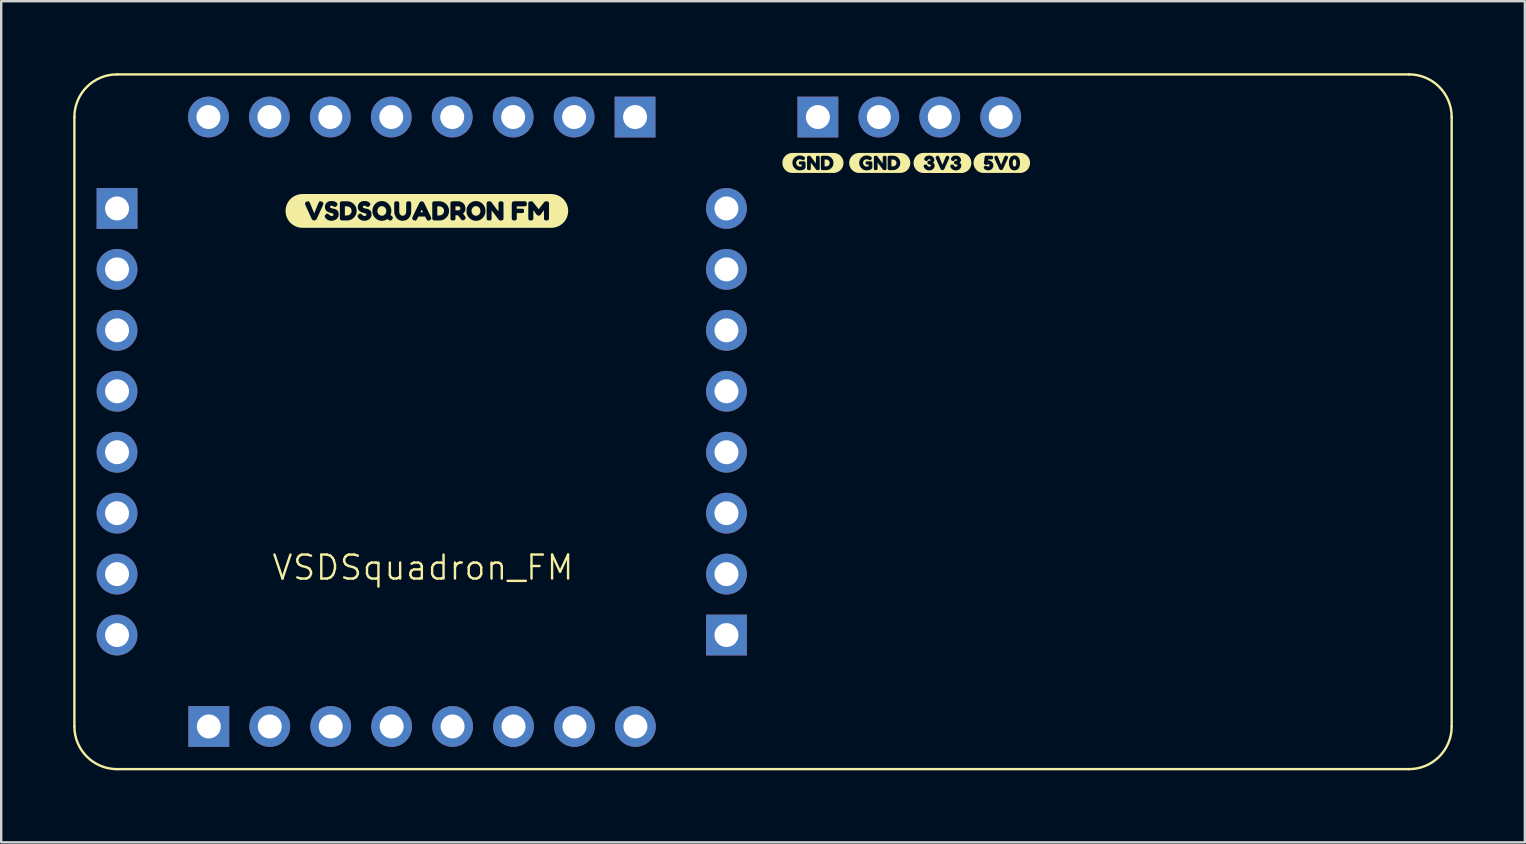
<source format=kicad_pcb>
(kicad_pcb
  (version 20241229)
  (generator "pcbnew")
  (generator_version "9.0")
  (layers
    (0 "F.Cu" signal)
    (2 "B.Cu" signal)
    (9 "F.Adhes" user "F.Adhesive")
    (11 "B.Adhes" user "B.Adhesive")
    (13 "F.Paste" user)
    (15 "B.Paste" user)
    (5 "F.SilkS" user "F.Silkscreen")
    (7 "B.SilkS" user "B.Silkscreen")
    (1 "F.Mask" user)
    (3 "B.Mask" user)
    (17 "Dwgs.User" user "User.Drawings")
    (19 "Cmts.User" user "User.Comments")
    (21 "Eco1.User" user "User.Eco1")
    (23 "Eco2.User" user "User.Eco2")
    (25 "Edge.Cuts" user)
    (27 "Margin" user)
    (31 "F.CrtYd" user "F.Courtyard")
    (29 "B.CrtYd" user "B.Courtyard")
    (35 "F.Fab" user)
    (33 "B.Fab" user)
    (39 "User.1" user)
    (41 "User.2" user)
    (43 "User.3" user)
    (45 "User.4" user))
  (footprint "VSDSquadron_FM"
    (layer "F.Cu")
    (at 14.579 14.51)
    (property "Reference" "VSDSquadron_FM" (at 0 6.096 0) (unlocked yes) (layer "F.SilkS") (effects (font (size 1 1) (thickness 0.1))))
    (attr smd)
    (fp_line (start -14.529 12.718) (end -14.529 -12.682) (stroke (width 0.1) (type solid)) (layer "F.SilkS"))
    (fp_line (start -12.751 -14.46) (end 41.097 -14.46) (stroke (width 0.1) (type solid)) (layer "F.SilkS"))
    (fp_line (start 41.097 14.496) (end -12.751 14.496) (stroke (width 0.1) (type solid)) (layer "F.SilkS"))
    (fp_line (start 42.875 -12.682) (end 42.875 12.718) (stroke (width 0.1) (type solid)) (layer "F.SilkS"))
    (fp_arc (start -14.528764 -12.681764) (mid -14.008 -13.939) (end -12.750764 -14.459764) (stroke (width 0.1) (type solid)) (layer "F.SilkS"))
    (fp_arc (start -12.750764 14.496236) (mid -14.008 13.975472) (end -14.528764 12.718236) (stroke (width 0.1) (type solid)) (layer "F.SilkS"))
    (fp_arc (start 41.097236 -14.459764) (mid 42.354447 -13.938975) (end 42.875236 -12.681764) (stroke (width 0.1) (type solid)) (layer "F.SilkS"))
    (fp_arc (start 42.875236 12.718236) (mid 42.354461 13.975461) (end 41.097236 14.496236) (stroke (width 0.1) (type solid)) (layer "F.SilkS"))
    (fp_poly (pts (xy -0.053 -8.825) (xy -0.106 -8.714) (xy 0.001 -8.714) (xy -0.053 -8.825)) (stroke (width 0) (type solid)) (fill yes) (layer "F.SilkS"))
    (fp_poly (pts (xy 1.354 -8.794) (xy 1.48 -8.794) (xy 1.535 -8.815) (xy 1.561 -8.878) (xy 1.537 -8.937) (xy 1.478 -8.961) (xy 1.354 -8.961) (xy 1.354 -8.794)) (stroke (width 0) (type solid)) (fill yes) (layer "F.SilkS"))
    (fp_poly (pts (xy -3.255 -8.58) (xy -3.162 -8.58) (xy -3.09 -8.594) (xy -3.028 -8.636) (xy -2.986 -8.697) (xy -2.972 -8.77) (xy -2.986 -8.843) (xy -3.028 -8.905) (xy -3.09 -8.947) (xy -3.163 -8.961) (xy -3.255 -8.961) (xy -3.255 -8.58)) (stroke (width 0) (type solid)) (fill yes) (layer "F.SilkS"))
    (fp_poly (pts (xy 0.596 -8.58) (xy 0.689 -8.58) (xy 0.761 -8.594) (xy 0.823 -8.636) (xy 0.865 -8.697) (xy 0.879 -8.77) (xy 0.865 -8.843) (xy 0.823 -8.905) (xy 0.761 -8.947) (xy 0.688 -8.961) (xy 0.596 -8.961) (xy 0.596 -8.58)) (stroke (width 0) (type solid)) (fill yes) (layer "F.SilkS"))
    (fp_poly (pts (xy 16.74 -10.626) (xy 16.81 -10.626) (xy 16.864 -10.636) (xy 16.91 -10.667) (xy 16.942 -10.713) (xy 16.952 -10.768) (xy 16.942 -10.823) (xy 16.91 -10.869) (xy 16.864 -10.901) (xy 16.809 -10.911) (xy 16.74 -10.911) (xy 16.74 -10.626)) (stroke (width 0) (type solid)) (fill yes) (layer "F.SilkS"))
    (fp_poly (pts (xy 19.524 -10.626) (xy 19.594 -10.626) (xy 19.648 -10.636) (xy 19.694 -10.667) (xy 19.726 -10.713) (xy 19.736 -10.768) (xy 19.726 -10.823) (xy 19.694 -10.869) (xy 19.648 -10.901) (xy 19.593 -10.911) (xy 19.524 -10.911) (xy 19.524 -10.626)) (stroke (width 0) (type solid)) (fill yes) (layer "F.SilkS"))
    (fp_poly (pts (xy -1.714 -8.566) (xy -1.642 -8.581) (xy -1.581 -8.624) (xy -1.54 -8.689) (xy -1.527 -8.768) (xy -1.54 -8.846) (xy -1.582 -8.911) (xy -1.642 -8.956) (xy -1.713 -8.97) (xy -1.785 -8.956) (xy -1.846 -8.911) (xy -1.887 -8.846) (xy -1.901 -8.768) (xy -1.887 -8.69) (xy -1.846 -8.625) (xy -1.786 -8.581) (xy -1.714 -8.566)) (stroke (width 0) (type solid)) (fill yes) (layer "F.SilkS"))
    (fp_poly (pts (xy 2.208 -8.566) (xy 2.281 -8.581) (xy 2.341 -8.624) (xy 2.382 -8.689) (xy 2.395 -8.768) (xy 2.382 -8.846) (xy 2.341 -8.911) (xy 2.28 -8.956) (xy 2.209 -8.97) (xy 2.137 -8.956) (xy 2.076 -8.911) (xy 2.035 -8.846) (xy 2.021 -8.768) (xy 2.035 -8.691) (xy 2.077 -8.626) (xy 2.137 -8.581) (xy 2.208 -8.566)) (stroke (width 0) (type solid)) (fill yes) (layer "F.SilkS"))
    (fp_poly (pts (xy 24.652 -10.617) (xy 24.688 -10.629) (xy 24.71 -10.655) (xy 24.721 -10.694) (xy 24.726 -10.731) (xy 24.726 -10.766) (xy 24.726 -10.77) (xy 24.722 -10.837) (xy 24.708 -10.885) (xy 24.685 -10.913) (xy 24.653 -10.923) (xy 24.621 -10.913) (xy 24.598 -10.884) (xy 24.584 -10.836) (xy 24.579 -10.769) (xy 24.584 -10.703) (xy 24.598 -10.655) (xy 24.62 -10.627) (xy 24.652 -10.617)) (stroke (width 0) (type solid)) (fill yes) (layer "F.SilkS"))
    (fp_poly (pts (xy 23.367 -11.191) (xy 23.366 -11.191) (xy 23.325 -11.189) (xy 23.285 -11.183) (xy 23.245 -11.173) (xy 23.206 -11.159) (xy 23.169 -11.141) (xy 23.133 -11.12) (xy 23.1 -11.095) (xy 23.07 -11.068) (xy 23.042 -11.037) (xy 23.018 -11.004) (xy 22.997 -10.969) (xy 22.979 -10.932) (xy 22.965 -10.893) (xy 22.955 -10.853) (xy 22.949 -10.812) (xy 22.947 -10.771) (xy 22.949 -10.73) (xy 22.955 -10.69) (xy 22.965 -10.65) (xy 22.979 -10.611) (xy 22.997 -10.574) (xy 23.018 -10.538) (xy 23.042 -10.505) (xy 23.07 -10.475) (xy 23.1 -10.447) (xy 23.133 -10.423) (xy 23.169 -10.402) (xy 23.206 -10.384) (xy 23.245 -10.37) (xy 23.285 -10.36) (xy 23.325 -10.354) (xy 23.366 -10.352) (xy 23.367 -10.352) (xy 23.565 -10.352) (xy 23.565 -10.459) (xy 23.518 -10.463) (xy 23.476 -10.474) (xy 23.417 -10.504) (xy 23.399 -10.519) (xy 23.367 -10.572) (xy 23.398 -10.63) (xy 23.451 -10.659) (xy 23.51 -10.631) (xy 23.56 -10.617) (xy 23.601 -10.63) (xy 23.615 -10.666) (xy 23.6 -10.702) (xy 23.562 -10.716) (xy 23.529 -10.704) (xy 23.481 -10.683) (xy 23.425 -10.701) (xy 23.387 -10.726) (xy 23.376 -10.751) (xy 23.408 -10.995) (xy 23.412 -11.019) (xy 23.422 -11.043) (xy 23.446 -11.065) (xy 23.487 -11.073) (xy 23.683 -11.072) (xy 23.713 -11.071) (xy 23.736 -11.062) (xy 23.755 -11.038) (xy 23.761 -10.992) (xy 23.756 -10.949) (xy 23.737 -10.926) (xy 23.715 -10.918) (xy 23.688 -10.917) (xy 23.555 -10.917) (xy 23.549 -10.871) (xy 23.564 -10.873) (xy 23.568 -10.873) (xy 23.62 -10.866) (xy 23.668 -10.846) (xy 23.712 -10.813) (xy 23.746 -10.77) (xy 23.767 -10.723) (xy 23.773 -10.672) (xy 23.767 -10.615) (xy 23.747 -10.565) (xy 23.713 -10.521) (xy 23.67 -10.487) (xy 23.621 -10.466) (xy 23.565 -10.459) (xy 23.565 -10.352) (xy 24.1 -10.352) (xy 24.1 -10.471) (xy 24.051 -10.482) (xy 24.022 -10.514) (xy 23.819 -10.961) (xy 23.81 -11.021) (xy 23.858 -11.062) (xy 23.923 -11.075) (xy 23.962 -11.026) (xy 24.098 -10.692) (xy 24.233 -11.026) (xy 24.274 -11.074) (xy 24.337 -11.062) (xy 24.387 -11.021) (xy 24.377 -10.961) (xy 24.173 -10.514) (xy 24.144 -10.483) (xy 24.1 -10.471) (xy 24.1 -10.352) (xy 24.656 -10.352) (xy 24.656 -10.459) (xy 24.61 -10.463) (xy 24.569 -10.474) (xy 24.534 -10.491) (xy 24.506 -10.515) (xy 24.464 -10.571) (xy 24.449 -10.604) (xy 24.438 -10.639) (xy 24.426 -10.707) (xy 24.422 -10.77) (xy 24.423 -10.806) (xy 24.427 -10.842) (xy 24.434 -10.88) (xy 24.446 -10.923) (xy 24.463 -10.965) (xy 24.485 -11.001) (xy 24.514 -11.032) (xy 24.553 -11.057) (xy 24.6 -11.074) (xy 24.654 -11.08) (xy 24.707 -11.074) (xy 24.753 -11.058) (xy 24.791 -11.033) (xy 24.82 -11.002) (xy 24.842 -10.966) (xy 24.859 -10.925) (xy 24.871 -10.883) (xy 24.879 -10.844) (xy 24.882 -10.807) (xy 24.883 -10.769) (xy 24.882 -10.731) (xy 24.878 -10.692) (xy 24.87 -10.653) (xy 24.858 -10.611) (xy 24.841 -10.57) (xy 24.819 -10.535) (xy 24.79 -10.505) (xy 24.753 -10.481) (xy 24.707 -10.465) (xy 24.656 -10.459) (xy 24.656 -10.352) (xy 24.883 -10.352) (xy 24.883 -10.352) (xy 24.924 -10.354) (xy 24.965 -10.36) (xy 25.005 -10.37) (xy 25.044 -10.384) (xy 25.081 -10.402) (xy 25.116 -10.423) (xy 25.149 -10.447) (xy 25.18 -10.475) (xy 25.207 -10.505) (xy 25.232 -10.538) (xy 25.253 -10.574) (xy 25.271 -10.611) (xy 25.285 -10.65) (xy 25.295 -10.69) (xy 25.301 -10.73) (xy 25.303 -10.771) (xy 25.301 -10.812) (xy 25.295 -10.853) (xy 25.285 -10.893) (xy 25.271 -10.932) (xy 25.253 -10.969) (xy 25.232 -11.004) (xy 25.207 -11.037) (xy 25.18 -11.068) (xy 25.149 -11.095) (xy 25.116 -11.12) (xy 25.081 -11.141) (xy 25.044 -11.159) (xy 25.005 -11.173) (xy 24.965 -11.183) (xy 24.924 -11.189) (xy 24.883 -11.191) (xy 24.883 -11.191) (xy 23.367 -11.191)) (stroke (width 0) (type solid)) (fill yes) (layer "F.SilkS"))
    (fp_poly (pts (xy 15.397 -11.186) (xy 15.397 -11.186) (xy 15.356 -11.184) (xy 15.315 -11.178) (xy 15.276 -11.168) (xy 15.237 -11.154) (xy 15.2 -11.137) (xy 15.165 -11.116) (xy 15.132 -11.091) (xy 15.102 -11.064) (xy 15.074 -11.034) (xy 15.05 -11.001) (xy 15.029 -10.966) (xy 15.011 -10.929) (xy 14.997 -10.89) (xy 14.988 -10.85) (xy 14.982 -10.81) (xy 14.98 -10.769) (xy 14.982 -10.728) (xy 14.988 -10.688) (xy 14.997 -10.648) (xy 15.011 -10.609) (xy 15.029 -10.572) (xy 15.05 -10.537) (xy 15.074 -10.504) (xy 15.102 -10.474) (xy 15.132 -10.447) (xy 15.165 -10.422) (xy 15.2 -10.401) (xy 15.237 -10.384) (xy 15.276 -10.37) (xy 15.315 -10.36) (xy 15.356 -10.354) (xy 15.397 -10.352) (xy 15.397 -10.352) (xy 15.699 -10.352) (xy 15.699 -10.459) (xy 15.639 -10.465) (xy 15.584 -10.483) (xy 15.533 -10.512) (xy 15.486 -10.553) (xy 15.447 -10.602) (xy 15.419 -10.655) (xy 15.402 -10.714) (xy 15.397 -10.777) (xy 15.402 -10.837) (xy 15.419 -10.892) (xy 15.448 -10.943) (xy 15.487 -10.99) (xy 15.535 -11.029) (xy 15.587 -11.057) (xy 15.644 -11.073) (xy 15.705 -11.079) (xy 15.749 -11.076) (xy 15.797 -11.066) (xy 15.842 -11.052) (xy 15.879 -11.032) (xy 15.903 -11.014) (xy 15.919 -10.996) (xy 15.927 -10.972) (xy 15.907 -10.924) (xy 15.876 -10.889) (xy 15.844 -10.878) (xy 15.798 -10.898) (xy 15.754 -10.916) (xy 15.701 -10.922) (xy 15.644 -10.911) (xy 15.597 -10.879) (xy 15.565 -10.832) (xy 15.554 -10.775) (xy 15.565 -10.716) (xy 15.598 -10.665) (xy 15.647 -10.63) (xy 15.702 -10.618) (xy 15.752 -10.621) (xy 15.788 -10.629) (xy 15.788 -10.703) (xy 15.725 -10.703) (xy 15.701 -10.704) (xy 15.683 -10.711) (xy 15.669 -10.731) (xy 15.665 -10.77) (xy 15.669 -10.808) (xy 15.685 -10.828) (xy 15.704 -10.835) (xy 15.727 -10.836) (xy 15.877 -10.836) (xy 15.91 -10.83) (xy 15.931 -10.819) (xy 15.941 -10.802) (xy 15.945 -10.783) (xy 15.945 -10.761) (xy 15.945 -10.585) (xy 15.925 -10.536) (xy 15.9 -10.512) (xy 15.869 -10.493) (xy 15.821 -10.474) (xy 15.765 -10.463) (xy 15.699 -10.459) (xy 15.699 -10.352) (xy 16.085 -10.352) (xy 16.085 -10.468) (xy 16.041 -10.474) (xy 16.018 -10.493) (xy 16.01 -10.517) (xy 16.008 -10.547) (xy 16.008 -10.992) (xy 16.01 -11.021) (xy 16.018 -11.044) (xy 16.042 -11.062) (xy 16.087 -11.068) (xy 16.126 -11.063) (xy 16.148 -11.052) (xy 16.163 -11.034) (xy 16.378 -10.746) (xy 16.378 -10.992) (xy 16.38 -11.021) (xy 16.388 -11.043) (xy 16.412 -11.062) (xy 16.457 -11.068) (xy 16.501 -11.062) (xy 16.526 -11.042) (xy 16.534 -11.018) (xy 16.535 -10.989) (xy 16.535 -10.546) (xy 16.534 -10.516) (xy 16.526 -10.493) (xy 16.501 -10.474) (xy 16.456 -10.468) (xy 16.412 -10.472) (xy 16.386 -10.491) (xy 16.164 -10.784) (xy 16.164 -10.546) (xy 16.163 -10.516) (xy 16.155 -10.493) (xy 16.131 -10.474) (xy 16.085 -10.468) (xy 16.085 -10.352) (xy 16.661 -10.352) (xy 16.661 -10.469) (xy 16.618 -10.475) (xy 16.594 -10.493) (xy 16.585 -10.517) (xy 16.583 -10.548) (xy 16.583 -10.991) (xy 16.584 -11.02) (xy 16.592 -11.044) (xy 16.617 -11.063) (xy 16.662 -11.069) (xy 16.81 -11.069) (xy 16.869 -11.063) (xy 16.924 -11.047) (xy 16.974 -11.019) (xy 17.021 -10.981) (xy 17.059 -10.935) (xy 17.087 -10.885) (xy 17.104 -10.83) (xy 17.109 -10.772) (xy 17.104 -10.711) (xy 17.087 -10.655) (xy 17.059 -10.604) (xy 17.021 -10.557) (xy 16.974 -10.519) (xy 16.923 -10.491) (xy 16.867 -10.474) (xy 16.807 -10.469) (xy 16.661 -10.469) (xy 16.661 -10.352) (xy 17.109 -10.352) (xy 17.109 -10.352) (xy 17.15 -10.354) (xy 17.191 -10.36) (xy 17.23 -10.37) (xy 17.269 -10.384) (xy 17.306 -10.401) (xy 17.341 -10.422) (xy 17.374 -10.447) (xy 17.404 -10.474) (xy 17.432 -10.504) (xy 17.456 -10.537) (xy 17.477 -10.572) (xy 17.495 -10.609) (xy 17.508 -10.648) (xy 17.518 -10.688) (xy 17.524 -10.728) (xy 17.526 -10.769) (xy 17.524 -10.81) (xy 17.518 -10.85) (xy 17.508 -10.89) (xy 17.495 -10.929) (xy 17.477 -10.966) (xy 17.456 -11.001) (xy 17.432 -11.034) (xy 17.404 -11.064) (xy 17.374 -11.091) (xy 17.341 -11.116) (xy 17.306 -11.137) (xy 17.269 -11.154) (xy 17.23 -11.168) (xy 17.191 -11.178) (xy 17.15 -11.184) (xy 17.109 -11.186) (xy 17.109 -11.186) (xy 15.397 -11.186)) (stroke (width 0) (type solid)) (fill yes) (layer "F.SilkS"))
    (fp_poly (pts (xy 18.181 -11.186) (xy 18.181 -11.186) (xy 18.14 -11.184) (xy 18.099 -11.178) (xy 18.06 -11.168) (xy 18.021 -11.154) (xy 17.984 -11.137) (xy 17.949 -11.116) (xy 17.916 -11.091) (xy 17.886 -11.064) (xy 17.858 -11.034) (xy 17.834 -11.001) (xy 17.813 -10.966) (xy 17.795 -10.929) (xy 17.782 -10.89) (xy 17.772 -10.85) (xy 17.766 -10.81) (xy 17.764 -10.769) (xy 17.766 -10.728) (xy 17.772 -10.688) (xy 17.782 -10.648) (xy 17.795 -10.609) (xy 17.813 -10.572) (xy 17.834 -10.537) (xy 17.858 -10.504) (xy 17.886 -10.474) (xy 17.916 -10.447) (xy 17.949 -10.422) (xy 17.984 -10.401) (xy 18.021 -10.384) (xy 18.06 -10.37) (xy 18.099 -10.36) (xy 18.14 -10.354) (xy 18.181 -10.352) (xy 18.181 -10.352) (xy 18.483 -10.352) (xy 18.483 -10.459) (xy 18.423 -10.465) (xy 18.368 -10.483) (xy 18.317 -10.512) (xy 18.27 -10.553) (xy 18.231 -10.602) (xy 18.203 -10.655) (xy 18.186 -10.714) (xy 18.181 -10.777) (xy 18.187 -10.837) (xy 18.204 -10.892) (xy 18.232 -10.943) (xy 18.271 -10.99) (xy 18.319 -11.029) (xy 18.371 -11.057) (xy 18.428 -11.073) (xy 18.489 -11.079) (xy 18.534 -11.076) (xy 18.581 -11.066) (xy 18.626 -11.052) (xy 18.663 -11.032) (xy 18.687 -11.014) (xy 18.703 -10.996) (xy 18.711 -10.972) (xy 18.692 -10.924) (xy 18.66 -10.889) (xy 18.628 -10.878) (xy 18.582 -10.898) (xy 18.538 -10.916) (xy 18.485 -10.922) (xy 18.428 -10.911) (xy 18.381 -10.879) (xy 18.349 -10.832) (xy 18.338 -10.775) (xy 18.349 -10.716) (xy 18.383 -10.665) (xy 18.431 -10.63) (xy 18.486 -10.618) (xy 18.536 -10.621) (xy 18.572 -10.629) (xy 18.572 -10.703) (xy 18.509 -10.703) (xy 18.486 -10.704) (xy 18.468 -10.711) (xy 18.453 -10.731) (xy 18.449 -10.77) (xy 18.453 -10.808) (xy 18.469 -10.828) (xy 18.488 -10.835) (xy 18.511 -10.836) (xy 18.662 -10.836) (xy 18.695 -10.83) (xy 18.715 -10.819) (xy 18.725 -10.802) (xy 18.729 -10.783) (xy 18.729 -10.761) (xy 18.729 -10.585) (xy 18.709 -10.536) (xy 18.685 -10.512) (xy 18.653 -10.493) (xy 18.605 -10.474) (xy 18.549 -10.463) (xy 18.483 -10.459) (xy 18.483 -10.352) (xy 18.869 -10.352) (xy 18.869 -10.468) (xy 18.825 -10.474) (xy 18.802 -10.493) (xy 18.794 -10.517) (xy 18.792 -10.547) (xy 18.792 -10.992) (xy 18.794 -11.021) (xy 18.802 -11.044) (xy 18.826 -11.062) (xy 18.871 -11.068) (xy 18.91 -11.063) (xy 18.932 -11.052) (xy 18.947 -11.034) (xy 19.162 -10.746) (xy 19.162 -10.992) (xy 19.164 -11.021) (xy 19.172 -11.043) (xy 19.196 -11.062) (xy 19.241 -11.068) (xy 19.286 -11.062) (xy 19.31 -11.042) (xy 19.318 -11.018) (xy 19.319 -10.989) (xy 19.319 -10.546) (xy 19.318 -10.516) (xy 19.31 -10.493) (xy 19.286 -10.474) (xy 19.24 -10.468) (xy 19.196 -10.472) (xy 19.171 -10.491) (xy 18.948 -10.784) (xy 18.948 -10.546) (xy 18.947 -10.516) (xy 18.939 -10.493) (xy 18.915 -10.474) (xy 18.869 -10.468) (xy 18.869 -10.352) (xy 19.445 -10.352) (xy 19.445 -10.469) (xy 19.402 -10.475) (xy 19.378 -10.493) (xy 19.369 -10.517) (xy 19.367 -10.548) (xy 19.367 -10.991) (xy 19.368 -11.02) (xy 19.377 -11.044) (xy 19.401 -11.063) (xy 19.446 -11.069) (xy 19.594 -11.069) (xy 19.653 -11.063) (xy 19.708 -11.047) (xy 19.759 -11.019) (xy 19.805 -10.981) (xy 19.844 -10.935) (xy 19.871 -10.885) (xy 19.888 -10.83) (xy 19.893 -10.772) (xy 19.888 -10.711) (xy 19.871 -10.655) (xy 19.844 -10.604) (xy 19.805 -10.557) (xy 19.758 -10.519) (xy 19.707 -10.491) (xy 19.652 -10.474) (xy 19.591 -10.469) (xy 19.445 -10.469) (xy 19.445 -10.352) (xy 19.893 -10.352) (xy 19.893 -10.352) (xy 19.934 -10.354) (xy 19.975 -10.36) (xy 20.014 -10.37) (xy 20.053 -10.384) (xy 20.09 -10.401) (xy 20.125 -10.422) (xy 20.158 -10.447) (xy 20.188 -10.474) (xy 20.216 -10.504) (xy 20.24 -10.537) (xy 20.261 -10.572) (xy 20.279 -10.609) (xy 20.293 -10.648) (xy 20.303 -10.688) (xy 20.309 -10.728) (xy 20.311 -10.769) (xy 20.309 -10.81) (xy 20.303 -10.85) (xy 20.293 -10.89) (xy 20.279 -10.929) (xy 20.261 -10.966) (xy 20.24 -11.001) (xy 20.216 -11.034) (xy 20.188 -11.064) (xy 20.158 -11.091) (xy 20.125 -11.116) (xy 20.09 -11.137) (xy 20.053 -11.154) (xy 20.014 -11.168) (xy 19.975 -11.178) (xy 19.934 -11.184) (xy 19.893 -11.186) (xy 19.893 -11.186) (xy 18.181 -11.186)) (stroke (width 0) (type solid)) (fill yes) (layer "F.SilkS"))
    (fp_poly (pts (xy 20.866 -11.188) (xy 20.866 -11.188) (xy 20.825 -11.186) (xy 20.784 -11.18) (xy 20.744 -11.17) (xy 20.706 -11.156) (xy 20.669 -11.138) (xy 20.633 -11.117) (xy 20.6 -11.093) (xy 20.57 -11.065) (xy 20.542 -11.035) (xy 20.518 -11.002) (xy 20.497 -10.966) (xy 20.479 -10.929) (xy 20.465 -10.891) (xy 20.455 -10.851) (xy 20.449 -10.81) (xy 20.447 -10.769) (xy 20.449 -10.728) (xy 20.455 -10.687) (xy 20.465 -10.647) (xy 20.479 -10.609) (xy 20.497 -10.572) (xy 20.518 -10.536) (xy 20.542 -10.503) (xy 20.57 -10.473) (xy 20.6 -10.445) (xy 20.633 -10.421) (xy 20.669 -10.4) (xy 20.706 -10.382) (xy 20.744 -10.368) (xy 20.784 -10.358) (xy 20.825 -10.352) (xy 20.866 -10.35) (xy 20.866 -10.35) (xy 21.095 -10.35) (xy 21.095 -10.457) (xy 21.037 -10.464) (xy 20.983 -10.483) (xy 20.935 -10.515) (xy 20.897 -10.556) (xy 20.874 -10.601) (xy 20.866 -10.65) (xy 20.888 -10.69) (xy 20.952 -10.704) (xy 20.999 -10.694) (xy 21.024 -10.654) (xy 21.026 -10.649) (xy 21.032 -10.639) (xy 21.045 -10.626) (xy 21.066 -10.616) (xy 21.096 -10.611) (xy 21.15 -10.624) (xy 21.17 -10.66) (xy 21.153 -10.697) (xy 21.104 -10.71) (xy 21.08 -10.71) (xy 21.06 -10.714) (xy 21.041 -10.724) (xy 21.031 -10.747) (xy 21.026 -10.784) (xy 21.031 -10.827) (xy 21.049 -10.85) (xy 21.071 -10.857) (xy 21.099 -10.858) (xy 21.105 -10.858) (xy 21.145 -10.864) (xy 21.157 -10.886) (xy 21.143 -10.915) (xy 21.104 -10.926) (xy 21.067 -10.917) (xy 21.042 -10.892) (xy 21.016 -10.856) (xy 20.98 -10.846) (xy 20.934 -10.862) (xy 20.891 -10.909) (xy 20.904 -10.968) (xy 20.905 -10.971) (xy 20.91 -10.981) (xy 20.918 -10.995) (xy 20.932 -11.012) (xy 20.951 -11.03) (xy 20.976 -11.048) (xy 21.008 -11.063) (xy 21.048 -11.073) (xy 21.095 -11.077) (xy 21.158 -11.071) (xy 21.211 -11.051) (xy 21.255 -11.019) (xy 21.288 -10.978) (xy 21.308 -10.935) (xy 21.315 -10.889) (xy 21.3 -10.826) (xy 21.256 -10.784) (xy 21.304 -10.737) (xy 21.321 -10.703) (xy 21.327 -10.662) (xy 21.32 -10.606) (xy 21.298 -10.557) (xy 21.261 -10.515) (xy 21.214 -10.483) (xy 21.158 -10.464) (xy 21.095 -10.457) (xy 21.095 -10.35) (xy 21.653 -10.35) (xy 21.653 -10.469) (xy 21.605 -10.479) (xy 21.576 -10.511) (xy 21.373 -10.959) (xy 21.364 -11.018) (xy 21.412 -11.059) (xy 21.476 -11.072) (xy 21.516 -11.023) (xy 21.651 -10.689) (xy 21.787 -11.023) (xy 21.827 -11.072) (xy 21.891 -11.059) (xy 21.94 -11.018) (xy 21.93 -10.959) (xy 21.727 -10.511) (xy 21.697 -10.48) (xy 21.653 -10.469) (xy 21.653 -10.35) (xy 22.205 -10.35) (xy 22.205 -10.457) (xy 22.146 -10.464) (xy 22.093 -10.483) (xy 22.045 -10.515) (xy 22.006 -10.556) (xy 21.984 -10.601) (xy 21.976 -10.65) (xy 21.997 -10.69) (xy 22.062 -10.704) (xy 22.109 -10.694) (xy 22.134 -10.654) (xy 22.136 -10.649) (xy 22.142 -10.639) (xy 22.155 -10.626) (xy 22.176 -10.616) (xy 22.206 -10.611) (xy 22.26 -10.624) (xy 22.28 -10.66) (xy 22.263 -10.697) (xy 22.214 -10.71) (xy 22.19 -10.71) (xy 22.17 -10.714) (xy 22.151 -10.724) (xy 22.141 -10.747) (xy 22.136 -10.784) (xy 22.141 -10.827) (xy 22.159 -10.85) (xy 22.181 -10.857) (xy 22.209 -10.858) (xy 22.215 -10.858) (xy 22.254 -10.864) (xy 22.267 -10.886) (xy 22.253 -10.915) (xy 22.214 -10.926) (xy 22.177 -10.917) (xy 22.152 -10.892) (xy 22.126 -10.856) (xy 22.09 -10.846) (xy 22.044 -10.862) (xy 22.001 -10.909) (xy 22.014 -10.968) (xy 22.015 -10.971) (xy 22.02 -10.981) (xy 22.028 -10.995) (xy 22.042 -11.012) (xy 22.061 -11.03) (xy 22.086 -11.048) (xy 22.118 -11.063) (xy 22.157 -11.073) (xy 22.205 -11.077) (xy 22.268 -11.071) (xy 22.321 -11.051) (xy 22.365 -11.019) (xy 22.398 -10.978) (xy 22.418 -10.935) (xy 22.425 -10.889) (xy 22.41 -10.826) (xy 22.366 -10.784) (xy 22.414 -10.737) (xy 22.431 -10.703) (xy 22.437 -10.662) (xy 22.43 -10.606) (xy 22.408 -10.557) (xy 22.371 -10.515) (xy 22.324 -10.483) (xy 22.268 -10.464) (xy 22.205 -10.457) (xy 22.205 -10.35) (xy 22.437 -10.35) (xy 22.437 -10.35) (xy 22.478 -10.352) (xy 22.519 -10.358) (xy 22.559 -10.368) (xy 22.597 -10.382) (xy 22.634 -10.4) (xy 22.67 -10.421) (xy 22.703 -10.445) (xy 22.733 -10.473) (xy 22.761 -10.503) (xy 22.785 -10.536) (xy 22.806 -10.572) (xy 22.824 -10.609) (xy 22.838 -10.647) (xy 22.848 -10.687) (xy 22.854 -10.728) (xy 22.856 -10.769) (xy 22.854 -10.81) (xy 22.848 -10.851) (xy 22.838 -10.891) (xy 22.824 -10.929) (xy 22.806 -10.966) (xy 22.785 -11.002) (xy 22.761 -11.035) (xy 22.733 -11.065) (xy 22.703 -11.093) (xy 22.67 -11.117) (xy 22.634 -11.138) (xy 22.597 -11.156) (xy 22.559 -11.17) (xy 22.519 -11.18) (xy 22.478 -11.186) (xy 22.437 -11.188) (xy 22.437 -11.188) (xy 20.866 -11.188)) (stroke (width 0) (type solid)) (fill yes) (layer "F.SilkS"))
    (fp_poly (pts (xy -4.928 -9.473) (xy -5.024 -9.473) (xy -5.092 -9.469) (xy -5.161 -9.459) (xy -5.228 -9.443) (xy -5.293 -9.419) (xy -5.355 -9.39) (xy -5.415 -9.354) (xy -5.47 -9.313) (xy -5.521 -9.267) (xy -5.568 -9.216) (xy -5.609 -9.16) (xy -5.644 -9.101) (xy -5.674 -9.038) (xy -5.697 -8.973) (xy -5.714 -8.906) (xy -5.724 -8.838) (xy -5.727 -8.769) (xy -5.724 -8.7) (xy -5.714 -8.632) (xy -5.697 -8.565) (xy -5.674 -8.5) (xy -5.644 -8.437) (xy -5.609 -8.378) (xy -5.568 -8.322) (xy -5.521 -8.271) (xy -5.47 -8.225) (xy -5.415 -8.184) (xy -5.355 -8.148) (xy -5.293 -8.119) (xy -5.228 -8.095) (xy -5.161 -8.079) (xy -5.092 -8.069) (xy -5.024 -8.065) (xy -4.928 -8.065) (xy -4.531 -8.065) (xy -4.531 -8.371) (xy -4.595 -8.385) (xy -4.634 -8.428) (xy -4.905 -9.024) (xy -4.917 -9.104) (xy -4.853 -9.158) (xy -4.767 -9.175) (xy -4.714 -9.11) (xy -4.533 -8.665) (xy -4.352 -9.11) (xy -4.299 -9.175) (xy -4.214 -9.158) (xy -4.148 -9.103) (xy -4.161 -9.024) (xy -4.433 -8.428) (xy -4.472 -8.386) (xy -4.531 -8.371) (xy -4.531 -8.065) (xy -3.807 -8.065) (xy -3.807 -8.358) (xy -3.871 -8.363) (xy -3.924 -8.376) (xy -3.968 -8.395) (xy -4.004 -8.416) (xy -4.031 -8.439) (xy -4.051 -8.459) (xy -4.064 -8.475) (xy -4.071 -8.483) (xy -4.1 -8.557) (xy -4.051 -8.631) (xy -4.004 -8.657) (xy -3.954 -8.649) (xy -3.903 -8.608) (xy -3.856 -8.566) (xy -3.811 -8.555) (xy -3.744 -8.572) (xy -3.723 -8.625) (xy -3.753 -8.66) (xy -3.843 -8.687) (xy -3.897 -8.702) (xy -3.94 -8.717) (xy -4.005 -8.754) (xy -4.05 -8.803) (xy -4.078 -8.865) (xy -4.087 -8.94) (xy -4.078 -9.006) (xy -4.053 -9.064) (xy -4.01 -9.114) (xy -3.955 -9.153) (xy -3.89 -9.176) (xy -3.817 -9.183) (xy -3.73 -9.176) (xy -3.658 -9.153) (xy -3.598 -9.115) (xy -3.557 -9.056) (xy -3.584 -8.985) (xy -3.652 -8.93) (xy -3.729 -8.951) (xy -3.742 -8.962) (xy -3.758 -8.975) (xy -3.78 -8.984) (xy -3.818 -8.988) (xy -3.86 -8.973) (xy -3.879 -8.938) (xy -3.859 -8.901) (xy -3.813 -8.881) (xy -3.744 -8.867) (xy -3.67 -8.849) (xy -3.606 -8.819) (xy -3.555 -8.776) (xy -3.523 -8.714) (xy -3.512 -8.628) (xy -3.517 -8.574) (xy -3.532 -8.524) (xy -3.582 -8.447) (xy -3.652 -8.396) (xy -3.73 -8.367) (xy -3.807 -8.358) (xy -3.807 -8.065) (xy -3.36 -8.065) (xy -3.36 -8.371) (xy -3.418 -8.379) (xy -3.449 -8.403) (xy -3.461 -8.435) (xy -3.464 -8.476) (xy -3.464 -9.068) (xy -3.463 -9.106) (xy -3.452 -9.138) (xy -3.42 -9.163) (xy -3.359 -9.171) (xy -3.162 -9.171) (xy -3.083 -9.163) (xy -3.01 -9.142) (xy -2.942 -9.105) (xy -2.881 -9.054) (xy -2.829 -8.993) (xy -2.792 -8.926) (xy -2.77 -8.853) (xy -2.763 -8.775) (xy -2.77 -8.694) (xy -2.792 -8.62) (xy -2.829 -8.551) (xy -2.881 -8.489) (xy -2.943 -8.437) (xy -3.011 -8.4) (xy -3.085 -8.378) (xy -3.166 -8.371) (xy -3.36 -8.371) (xy -3.36 -8.065) (xy -2.437 -8.065) (xy -2.437 -8.358) (xy -2.501 -8.363) (xy -2.554 -8.376) (xy -2.599 -8.395) (xy -2.634 -8.416) (xy -2.661 -8.439) (xy -2.681 -8.459) (xy -2.694 -8.475) (xy -2.701 -8.483) (xy -2.73 -8.557) (xy -2.681 -8.631) (xy -2.634 -8.657) (xy -2.584 -8.649) (xy -2.533 -8.608) (xy -2.486 -8.566) (xy -2.441 -8.555) (xy -2.374 -8.572) (xy -2.353 -8.625) (xy -2.383 -8.66) (xy -2.473 -8.687) (xy -2.527 -8.702) (xy -2.57 -8.717) (xy -2.635 -8.754) (xy -2.68 -8.803) (xy -2.708 -8.865) (xy -2.717 -8.94) (xy -2.708 -9.006) (xy -2.683 -9.064) (xy -2.64 -9.114) (xy -2.585 -9.153) (xy -2.52 -9.176) (xy -2.447 -9.183) (xy -2.361 -9.176) (xy -2.288 -9.153) (xy -2.228 -9.115) (xy -2.187 -9.056) (xy -2.215 -8.985) (xy -2.282 -8.93) (xy -2.359 -8.951) (xy -2.372 -8.962) (xy -2.388 -8.975) (xy -2.41 -8.984) (xy -2.448 -8.988) (xy -2.49 -8.973) (xy -2.509 -8.938) (xy -2.489 -8.901) (xy -2.443 -8.881) (xy -2.374 -8.867) (xy -2.3 -8.849) (xy -2.236 -8.819) (xy -2.185 -8.776) (xy -2.153 -8.714) (xy -2.142 -8.628) (xy -2.147 -8.574) (xy -2.162 -8.524) (xy -2.212 -8.447) (xy -2.282 -8.396) (xy -2.36 -8.367) (xy -2.437 -8.358) (xy -2.437 -8.065) (xy -1.709 -8.065) (xy -1.709 -8.357) (xy -1.789 -8.364) (xy -1.863 -8.387) (xy -1.931 -8.424) (xy -1.993 -8.476) (xy -2.044 -8.539) (xy -2.081 -8.607) (xy -2.103 -8.682) (xy -2.11 -8.763) (xy -2.103 -8.847) (xy -2.082 -8.924) (xy -2.046 -8.995) (xy -1.996 -9.059) (xy -1.936 -9.112) (xy -1.869 -9.15) (xy -1.797 -9.172) (xy -1.718 -9.18) (xy -1.637 -9.172) (xy -1.563 -9.15) (xy -1.496 -9.113) (xy -1.434 -9.06) (xy -1.383 -8.997) (xy -1.346 -8.927) (xy -1.325 -8.851) (xy -1.317 -8.768) (xy -1.327 -8.681) (xy -1.355 -8.595) (xy -1.304 -8.561) (xy -1.249 -8.497) (xy -1.278 -8.415) (xy -1.346 -8.36) (xy -1.424 -8.389) (xy -1.488 -8.43) (xy -1.557 -8.39) (xy -1.631 -8.365) (xy -1.709 -8.357) (xy -1.709 -8.065) (xy -0.847 -8.065) (xy -0.847 -8.357) (xy -0.927 -8.366) (xy -0.999 -8.392) (xy -1.061 -8.432) (xy -1.111 -8.484) (xy -1.149 -8.544) (xy -1.176 -8.609) (xy -1.194 -8.677) (xy -1.199 -8.746) (xy -1.199 -9.067) (xy -1.198 -9.106) (xy -1.187 -9.138) (xy -1.155 -9.164) (xy -1.094 -9.172) (xy -1.034 -9.164) (xy -1.003 -9.138) (xy -0.991 -9.106) (xy -0.989 -9.065) (xy -0.989 -8.746) (xy -0.977 -8.665) (xy -0.932 -8.598) (xy -0.892 -8.575) (xy -0.843 -8.568) (xy -0.785 -8.58) (xy -0.739 -8.617) (xy -0.71 -8.674) (xy -0.7 -8.747) (xy -0.7 -9.072) (xy -0.698 -9.109) (xy -0.687 -9.139) (xy -0.655 -9.164) (xy -0.595 -9.172) (xy -0.536 -9.164) (xy -0.504 -9.137) (xy -0.493 -9.105) (xy -0.491 -9.065) (xy -0.491 -8.744) (xy -0.497 -8.675) (xy -0.514 -8.606) (xy -0.543 -8.542) (xy -0.581 -8.482) (xy -0.631 -8.431) (xy -0.694 -8.391) (xy -0.767 -8.366) (xy -0.847 -8.357) (xy -0.847 -8.065) (xy 0.198 -8.065) (xy 0.198 -8.361) (xy 0.142 -8.427) (xy 0.089 -8.536) (xy -0.192 -8.536) (xy -0.245 -8.426) (xy -0.302 -8.362) (xy -0.386 -8.379) (xy -0.45 -8.434) (xy -0.435 -8.515) (xy -0.148 -9.11) (xy -0.108 -9.154) (xy -0.051 -9.171) (xy 0.004 -9.155) (xy 0.044 -9.109) (xy 0.331 -8.515) (xy 0.346 -8.434) (xy 0.283 -8.378) (xy 0.198 -8.361) (xy 0.198 -8.065) (xy 0.491 -8.065) (xy 0.491 -8.371) (xy 0.433 -8.379) (xy 0.402 -8.403) (xy 0.39 -8.435) (xy 0.387 -8.476) (xy 0.387 -9.068) (xy 0.389 -9.106) (xy 0.399 -9.138) (xy 0.432 -9.163) (xy 0.492 -9.171) (xy 0.689 -9.171) (xy 0.768 -9.163) (xy 0.841 -9.142) (xy 0.909 -9.105) (xy 0.971 -9.054) (xy 1.022 -8.993) (xy 1.059 -8.926) (xy 1.081 -8.853) (xy 1.088 -8.775) (xy 1.081 -8.694) (xy 1.059 -8.62) (xy 1.022 -8.551) (xy 0.971 -8.489) (xy 0.909 -8.437) (xy 0.84 -8.4) (xy 0.766 -8.378) (xy 0.686 -8.371) (xy 0.491 -8.371) (xy 0.491 -8.065) (xy 1.647 -8.065) (xy 1.647 -8.367) (xy 1.583 -8.42) (xy 1.46 -8.586) (xy 1.354 -8.586) (xy 1.354 -8.475) (xy 1.352 -8.435) (xy 1.341 -8.404) (xy 1.309 -8.379) (xy 1.249 -8.371) (xy 1.189 -8.379) (xy 1.157 -8.405) (xy 1.146 -8.437) (xy 1.145 -8.476) (xy 1.145 -9.067) (xy 1.146 -9.105) (xy 1.157 -9.136) (xy 1.189 -9.163) (xy 1.25 -9.171) (xy 1.48 -9.171) (xy 1.526 -9.166) (xy 1.574 -9.152) (xy 1.622 -9.13) (xy 1.668 -9.1) (xy 1.709 -9.059) (xy 1.742 -9.006) (xy 1.763 -8.945) (xy 1.771 -8.877) (xy 1.759 -8.791) (xy 1.726 -8.717) (xy 1.67 -8.655) (xy 1.752 -8.545) (xy 1.783 -8.466) (xy 1.728 -8.398) (xy 1.647 -8.367) (xy 1.647 -8.065) (xy 2.214 -8.065) (xy 2.214 -8.357) (xy 2.134 -8.364) (xy 2.06 -8.387) (xy 1.992 -8.424) (xy 1.93 -8.476) (xy 1.878 -8.539) (xy 1.841 -8.607) (xy 1.819 -8.682) (xy 1.812 -8.763) (xy 1.819 -8.847) (xy 1.84 -8.924) (xy 1.876 -8.995) (xy 1.926 -9.059) (xy 1.987 -9.112) (xy 2.053 -9.15) (xy 2.126 -9.172) (xy 2.204 -9.18) (xy 2.285 -9.172) (xy 2.359 -9.15) (xy 2.427 -9.113) (xy 2.488 -9.06) (xy 2.539 -8.997) (xy 2.576 -8.927) (xy 2.598 -8.851) (xy 2.605 -8.768) (xy 2.598 -8.686) (xy 2.576 -8.611) (xy 2.54 -8.541) (xy 2.49 -8.478) (xy 2.429 -8.425) (xy 2.363 -8.387) (xy 2.291 -8.365) (xy 2.214 -8.357) (xy 2.214 -8.065) (xy 2.756 -8.065) (xy 2.756 -8.37) (xy 2.697 -8.378) (xy 2.666 -8.403) (xy 2.655 -8.435) (xy 2.653 -8.475) (xy 2.653 -9.069) (xy 2.655 -9.107) (xy 2.667 -9.138) (xy 2.698 -9.162) (xy 2.758 -9.17) (xy 2.81 -9.163) (xy 2.84 -9.148) (xy 2.86 -9.125) (xy 3.146 -8.74) (xy 3.146 -9.069) (xy 3.149 -9.107) (xy 3.16 -9.137) (xy 3.192 -9.162) (xy 3.252 -9.17) (xy 3.311 -9.162) (xy 3.343 -9.135) (xy 3.354 -9.104) (xy 3.356 -9.064) (xy 3.356 -8.474) (xy 3.354 -8.434) (xy 3.343 -8.403) (xy 3.311 -8.378) (xy 3.25 -8.37) (xy 3.191 -8.376) (xy 3.158 -8.4) (xy 2.861 -8.792) (xy 2.861 -8.474) (xy 2.86 -8.434) (xy 2.849 -8.403) (xy 2.817 -8.378) (xy 2.756 -8.37) (xy 2.756 -8.065) (xy 3.804 -8.065) (xy 3.804 -8.37) (xy 3.745 -8.378) (xy 3.713 -8.404) (xy 3.702 -8.435) (xy 3.7 -8.475) (xy 3.7 -9.067) (xy 3.724 -9.148) (xy 3.808 -9.171) (xy 4.227 -9.171) (xy 4.265 -9.169) (xy 4.296 -9.158) (xy 4.322 -9.126) (xy 4.33 -9.065) (xy 4.322 -9.005) (xy 4.295 -8.974) (xy 4.264 -8.963) (xy 4.224 -8.961) (xy 3.91 -8.961) (xy 3.91 -8.859) (xy 4.12 -8.859) (xy 4.157 -8.858) (xy 4.185 -8.848) (xy 4.207 -8.821) (xy 4.213 -8.768) (xy 4.207 -8.718) (xy 4.184 -8.692) (xy 4.156 -8.683) (xy 4.119 -8.681) (xy 3.91 -8.681) (xy 3.91 -8.474) (xy 3.908 -8.434) (xy 3.897 -8.403) (xy 3.865 -8.378) (xy 3.804 -8.37) (xy 3.804 -8.065) (xy 4.493 -8.065) (xy 4.493 -8.371) (xy 4.434 -8.379) (xy 4.403 -8.404) (xy 4.393 -8.436) (xy 4.39 -8.476) (xy 4.39 -9.067) (xy 4.392 -9.105) (xy 4.403 -9.136) (xy 4.435 -9.162) (xy 4.496 -9.17) (xy 4.526 -9.168) (xy 4.547 -9.165) (xy 4.561 -9.16) (xy 4.571 -9.154) (xy 4.58 -9.146) (xy 4.587 -9.138) (xy 4.821 -8.838) (xy 5.053 -9.136) (xy 5.087 -9.163) (xy 5.148 -9.17) (xy 5.207 -9.162) (xy 5.239 -9.136) (xy 5.25 -9.104) (xy 5.252 -9.064) (xy 5.252 -8.474) (xy 5.25 -8.435) (xy 5.238 -8.404) (xy 5.207 -8.379) (xy 5.147 -8.371) (xy 5.087 -8.379) (xy 5.055 -8.405) (xy 5.044 -8.437) (xy 5.043 -8.476) (xy 5.043 -8.801) (xy 4.909 -8.619) (xy 4.902 -8.61) (xy 4.891 -8.597) (xy 4.876 -8.586) (xy 4.852 -8.576) (xy 4.821 -8.572) (xy 4.769 -8.584) (xy 4.731 -8.619) (xy 4.599 -8.8) (xy 4.599 -8.474) (xy 4.597 -8.435) (xy 4.586 -8.404) (xy 4.554 -8.379) (xy 4.493 -8.371) (xy 4.493 -8.065) (xy 5.252 -8.065) (xy 5.348 -8.065) (xy 5.416 -8.069) (xy 5.485 -8.079) (xy 5.552 -8.095) (xy 5.617 -8.119) (xy 5.679 -8.148) (xy 5.739 -8.184) (xy 5.794 -8.225) (xy 5.845 -8.271) (xy 5.892 -8.322) (xy 5.933 -8.378) (xy 5.968 -8.437) (xy 5.998 -8.5) (xy 6.021 -8.565) (xy 6.038 -8.632) (xy 6.048 -8.7) (xy 6.051 -8.769) (xy 6.048 -8.838) (xy 6.038 -8.906) (xy 6.021 -8.973) (xy 5.998 -9.038) (xy 5.968 -9.101) (xy 5.933 -9.16) (xy 5.892 -9.216) (xy 5.845 -9.267) (xy 5.794 -9.313) (xy 5.739 -9.354) (xy 5.679 -9.39) (xy 5.617 -9.419) (xy 5.552 -9.443) (xy 5.485 -9.459) (xy 5.416 -9.469) (xy 5.348 -9.473) (xy 5.252 -9.473) (xy -4.928 -9.473)) (stroke (width 0) (type solid)) (fill yes) (layer "F.SilkS"))
    (pad "1" thru_hole rect (at -12.751 -8.872) (size 1.7 1.7) (drill 1) (layers "*.Cu" "*.Mask"))
    (pad "2" thru_hole oval (at -12.751 -6.332) (size 1.7 1.7) (drill 1) (layers "*.Cu" "*.Mask"))
    (pad "3" thru_hole oval (at -12.751 -3.792) (size 1.7 1.7) (drill 1) (layers "*.Cu" "*.Mask"))
    (pad "4" thru_hole oval (at -12.751 -1.252) (size 1.7 1.7) (drill 1) (layers "*.Cu" "*.Mask"))
    (pad "5" thru_hole oval (at -12.751 1.288) (size 1.7 1.7) (drill 1) (layers "*.Cu" "*.Mask"))
    (pad "6" thru_hole oval (at -12.751 3.828) (size 1.7 1.7) (drill 1) (layers "*.Cu" "*.Mask"))
    (pad "7" thru_hole oval (at -12.751 6.368) (size 1.7 1.7) (drill 1) (layers "*.Cu" "*.Mask"))
    (pad "8" thru_hole oval (at -12.751 8.908) (size 1.7 1.7) (drill 1) (layers "*.Cu" "*.Mask"))
    (pad "9" thru_hole rect (at -8.926 12.718 90) (size 1.7 1.7) (drill 1) (layers "*.Cu" "*.Mask"))
    (pad "10" thru_hole oval (at -6.386 12.718 90) (size 1.7 1.7) (drill 1) (layers "*.Cu" "*.Mask"))
    (pad "11" thru_hole oval (at -3.846 12.718 90) (size 1.7 1.7) (drill 1) (layers "*.Cu" "*.Mask"))
    (pad "12" thru_hole oval (at -1.306 12.718 90) (size 1.7 1.7) (drill 1) (layers "*.Cu" "*.Mask"))
    (pad "13" thru_hole oval (at 1.234 12.718 90) (size 1.7 1.7) (drill 1) (layers "*.Cu" "*.Mask"))
    (pad "14" thru_hole oval (at 3.774 12.718 90) (size 1.7 1.7) (drill 1) (layers "*.Cu" "*.Mask"))
    (pad "15" thru_hole oval (at 6.314 12.718 90) (size 1.7 1.7) (drill 1) (layers "*.Cu" "*.Mask"))
    (pad "16" thru_hole oval (at 8.854 12.718 90) (size 1.7 1.7) (drill 1) (layers "*.Cu" "*.Mask"))
    (pad "17" thru_hole rect (at 12.649 8.908 180) (size 1.7 1.7) (drill 1) (layers "*.Cu" "*.Mask"))
    (pad "18" thru_hole oval (at 12.649 6.368 180) (size 1.7 1.7) (drill 1) (layers "*.Cu" "*.Mask"))
    (pad "19" thru_hole oval (at 12.649 3.828 180) (size 1.7 1.7) (drill 1) (layers "*.Cu" "*.Mask"))
    (pad "20" thru_hole oval (at 12.649 1.288 180) (size 1.7 1.7) (drill 1) (layers "*.Cu" "*.Mask"))
    (pad "21" thru_hole oval (at 12.649 -1.252 180) (size 1.7 1.7) (drill 1) (layers "*.Cu" "*.Mask"))
    (pad "22" thru_hole oval (at 12.649 -3.792 180) (size 1.7 1.7) (drill 1) (layers "*.Cu" "*.Mask"))
    (pad "23" thru_hole oval (at 12.649 -6.332 180) (size 1.7 1.7) (drill 1) (layers "*.Cu" "*.Mask"))
    (pad "24" thru_hole oval (at 12.649 -8.872 180) (size 1.7 1.7) (drill 1) (layers "*.Cu" "*.Mask"))
    (pad "25" thru_hole rect (at 8.839 -12.682 270) (size 1.7 1.7) (drill 1) (layers "*.Cu" "*.Mask"))
    (pad "26" thru_hole oval (at 6.299 -12.682 270) (size 1.7 1.7) (drill 1) (layers "*.Cu" "*.Mask"))
    (pad "27" thru_hole oval (at 3.759 -12.682 270) (size 1.7 1.7) (drill 1) (layers "*.Cu" "*.Mask"))
    (pad "28" thru_hole oval (at 1.219 -12.682 270) (size 1.7 1.7) (drill 1) (layers "*.Cu" "*.Mask"))
    (pad "29" thru_hole oval (at -1.321 -12.682 270) (size 1.7 1.7) (drill 1) (layers "*.Cu" "*.Mask"))
    (pad "30" thru_hole oval (at -3.861 -12.682 270) (size 1.7 1.7) (drill 1) (layers "*.Cu" "*.Mask"))
    (pad "31" thru_hole oval (at -6.401 -12.682 270) (size 1.7 1.7) (drill 1) (layers "*.Cu" "*.Mask"))
    (pad "32" thru_hole oval (at -8.941 -12.682 270) (size 1.7 1.7) (drill 1) (layers "*.Cu" "*.Mask"))
    (pad "33" thru_hole rect (at 16.459 -12.682 90) (size 1.7 1.7) (drill 1) (layers "*.Cu" "*.Mask"))
    (pad "34" thru_hole oval (at 18.999 -12.682 90) (size 1.7 1.7) (drill 1) (layers "*.Cu" "*.Mask"))
    (pad "35" thru_hole oval (at 21.539 -12.682 90) (size 1.7 1.7) (drill 1) (layers "*.Cu" "*.Mask"))
    (pad "36" thru_hole oval (at 24.079 -12.682 90) (size 1.7 1.7) (drill 1) (layers "*.Cu" "*.Mask")))
  (gr_rect
    (start -3 -3)
    (end 60.504 32.056)
    (stroke (width 0.1) (type default))
    (fill no)
    (layer "Edge.Cuts")))
</source>
